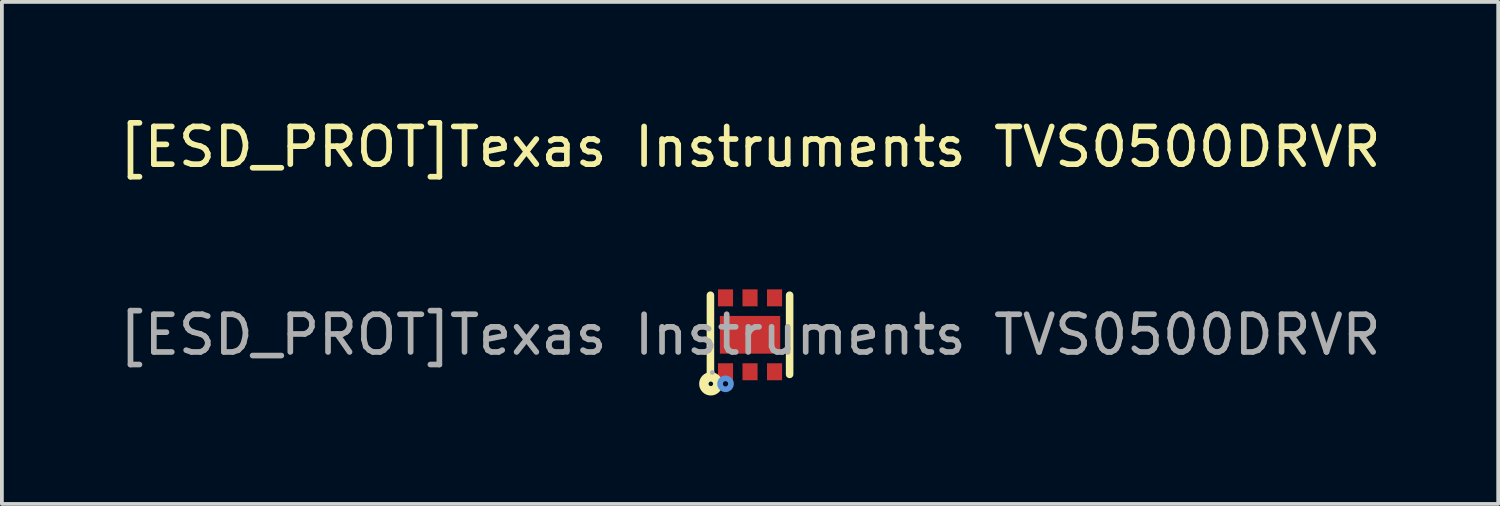
<source format=kicad_pcb>
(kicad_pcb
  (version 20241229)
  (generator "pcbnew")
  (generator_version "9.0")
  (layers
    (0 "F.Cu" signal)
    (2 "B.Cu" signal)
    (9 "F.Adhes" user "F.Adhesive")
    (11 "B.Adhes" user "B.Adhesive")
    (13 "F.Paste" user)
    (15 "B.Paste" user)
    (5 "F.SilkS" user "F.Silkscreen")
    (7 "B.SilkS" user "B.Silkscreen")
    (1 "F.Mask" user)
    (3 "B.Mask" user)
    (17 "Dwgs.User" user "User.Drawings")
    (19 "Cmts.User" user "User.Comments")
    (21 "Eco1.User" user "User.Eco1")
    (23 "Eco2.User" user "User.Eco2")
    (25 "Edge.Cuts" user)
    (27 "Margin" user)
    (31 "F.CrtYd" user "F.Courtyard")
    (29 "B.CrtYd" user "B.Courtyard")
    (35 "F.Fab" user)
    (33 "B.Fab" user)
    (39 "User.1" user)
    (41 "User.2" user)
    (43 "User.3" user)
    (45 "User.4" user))
  (footprint "[ESD_PROT]Texas Instruments TVS0500DRVR"
    (layer "F.Cu")
    (at 16.839 5.828)
    (property "Reference" "[ESD_PROT]Texas Instruments TVS0500DRVR" (at 0 -4.98 0) (layer "F.SilkS") (effects (font (size 1 1) (thickness 0.15))))
    (attr through_hole)
    (fp_line (start -1.05 1.05) (end -1.05 -1.05) (stroke (width 0.2) (type solid)) (layer "F.SilkS"))
    (fp_line (start 1.05 1.05) (end 1.05 -1.05) (stroke (width 0.2) (type solid)) (layer "F.SilkS"))
    (fp_circle (center -1.04 1.3) (end -0.98 1.3) (stroke (width 0.25) (type solid)) (fill no) (layer "F.SilkS"))
    (fp_circle (center -0.65 1.3) (end -0.58 1.3) (stroke (width 0.15) (type solid)) (fill no) (layer "Cmts.User"))
    (fp_circle (center -1 1) (end -0.97 1) (stroke (width 0.06) (type solid)) (fill no) (layer "F.Fab"))
    (fp_text user "${REFERENCE}" (at 0 0 0) (layer "F.Fab") (effects (font (size 1 1) (thickness 0.15))))
    (pad "1" smd rect (at -0.65 0.98) (size 0.4 0.45) (layers "F.Cu" "F.Mask" "F.Paste"))
    (pad "2" smd rect (at 0 0.98) (size 0.4 0.45) (layers "F.Cu" "F.Mask" "F.Paste"))
    (pad "3" smd rect (at 0.65 0.98) (size 0.4 0.45) (layers "F.Cu" "F.Mask" "F.Paste"))
    (pad "4" smd rect (at 0.65 -0.98) (size 0.4 0.45) (layers "F.Cu" "F.Mask" "F.Paste"))
    (pad "5" smd rect (at 0 -0.98) (size 0.4 0.45) (layers "F.Cu" "F.Mask" "F.Paste"))
    (pad "6" smd rect (at -0.65 -0.98) (size 0.4 0.45) (layers "F.Cu" "F.Mask" "F.Paste"))
    (pad "7" smd rect (at 0 0 90) (size 1 1.6) (layers "F.Cu" "F.Mask" "F.Paste")))
  (gr_rect
    (start -3 -3)
    (end 36.679 10.313)
    (stroke (width 0.1) (type default))
    (fill no)
    (layer "Edge.Cuts")))
</source>
